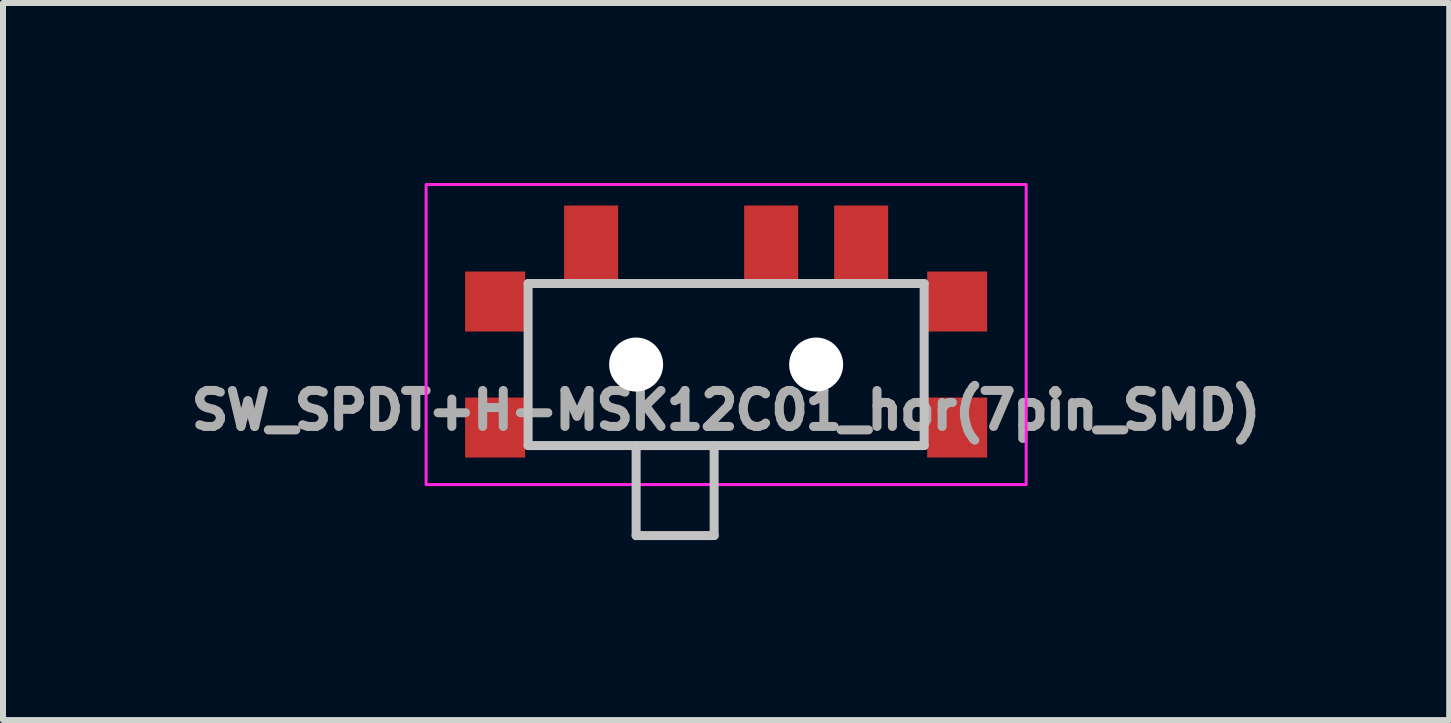
<source format=kicad_pcb>
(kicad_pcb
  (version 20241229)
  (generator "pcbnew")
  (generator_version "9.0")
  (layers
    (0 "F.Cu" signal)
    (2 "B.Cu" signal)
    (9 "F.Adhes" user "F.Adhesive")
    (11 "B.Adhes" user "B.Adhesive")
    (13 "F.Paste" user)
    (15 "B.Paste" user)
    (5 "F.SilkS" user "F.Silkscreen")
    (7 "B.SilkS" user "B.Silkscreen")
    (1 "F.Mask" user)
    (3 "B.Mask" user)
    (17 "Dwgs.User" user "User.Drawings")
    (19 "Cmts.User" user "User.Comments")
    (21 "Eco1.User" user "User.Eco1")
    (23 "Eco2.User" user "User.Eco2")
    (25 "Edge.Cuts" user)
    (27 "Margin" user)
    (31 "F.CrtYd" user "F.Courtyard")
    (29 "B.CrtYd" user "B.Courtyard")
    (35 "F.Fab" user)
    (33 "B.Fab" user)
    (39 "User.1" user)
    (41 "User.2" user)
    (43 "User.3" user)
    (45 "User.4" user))
  (footprint "SW_SPDT+H-MSK12C01_hor(7pin_SMD)"
    (layer "F.Cu")
    (at 9.051 3.025)
    (property "Reference" "SW_SPDT+H-MSK12C01_hor(7pin_SMD)" (at 0 0.762 0) (layer "F.Fab") (effects (font (size 0.6 0.6) (thickness 0.15))))
    (attr smd)
    (fp_line (start -3.3 -1.35) (end 3.3 -1.35) (stroke (width 0.15) (type solid)) (layer "Dwgs.User"))
    (fp_line (start -3.3 1.35) (end -3.3 -1.35) (stroke (width 0.15) (type solid)) (layer "Dwgs.User"))
    (fp_line (start -1.5 1.35) (end -1.5 2.85) (stroke (width 0.15) (type solid)) (layer "Dwgs.User"))
    (fp_line (start -1.5 2.85) (end -0.2 2.85) (stroke (width 0.15) (type solid)) (layer "Dwgs.User"))
    (fp_line (start -0.2 1.35) (end -0.2 2.85) (stroke (width 0.15) (type solid)) (layer "Dwgs.User"))
    (fp_line (start 3.3 -1.35) (end 3.3 1.35) (stroke (width 0.15) (type solid)) (layer "Dwgs.User"))
    (fp_line (start 3.3 1.35) (end -3.3 1.35) (stroke (width 0.15) (type solid)) (layer "Dwgs.User"))
    (fp_rect (start -5 -3) (end 5 2) (stroke (width 0.05) (type default)) (fill no) (layer "F.CrtYd"))
    (pad "" np_thru_hole circle (at -1.5 0) (size 0.9 0.9) (drill 0.9) (layers "*.Cu" "*.Mask"))
    (pad "" np_thru_hole circle (at 1.5 0) (size 0.9 0.9) (drill 0.9) (layers "*.Cu" "*.Mask"))
    (pad "1" smd rect (at -2.25 -2) (size 0.9 1.3) (layers "F.Cu" "F.Mask" "F.Paste"))
    (pad "2" smd rect (at 0.75 -2) (size 0.9 1.3) (layers "F.Cu" "F.Mask" "F.Paste"))
    (pad "3" smd rect (at 2.25 -2) (size 0.9 1.3) (layers "F.Cu" "F.Mask" "F.Paste"))
    (pad "H" smd rect (at -3.85 -1.05) (size 1 1) (layers "F.Cu" "F.Mask" "F.Paste"))
    (pad "H" smd rect (at -3.85 1.05) (size 1 1) (layers "F.Cu" "F.Mask" "F.Paste"))
    (pad "H" smd rect (at 3.85 -1.05) (size 1 1) (layers "F.Cu" "F.Mask" "F.Paste"))
    (pad "H" smd rect (at 3.85 1.05) (size 1 1) (layers "F.Cu" "F.Mask" "F.Paste")))
  (gr_rect
    (start -3 -3)
    (end 21.101 8.95)
    (stroke (width 0.1) (type default))
    (fill no)
    (layer "Edge.Cuts")))
</source>
